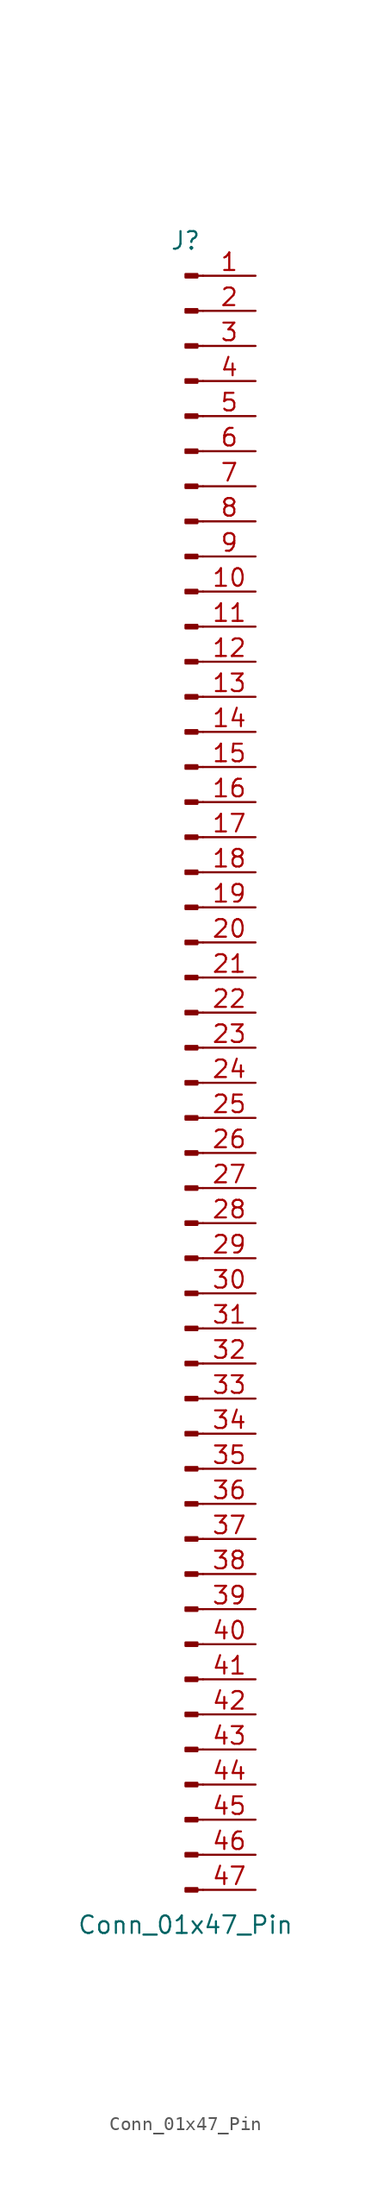
<source format=kicad_sym>
(kicad_symbol_lib
  (version 20241209)
  (generator "kicad_symbol_editor")
  (generator_version "9.0")
  (symbol "Conn_01x47_Pin"
    (pin_names
      (offset 1.016)
      (hide yes))
    (property "Reference" "J"
      (at 0 60.96 0)
      (effects (font (size 1.27 1.27))))
    (property "Value" "Conn_01x47_Pin"
      (at 0 -60.96 0)
      (effects (font (size 1.27 1.27))))
    (property "ki_locked" ""
      (at 0 0 0)
      (effects (font (size 1.27 1.27))))
    (symbol "Conn_01x47_Pin_1_1"
      (rectangle (start 0.864 58.547) (end 0 58.293) (stroke (width 0.152) (type default)) (fill (type outline)))
      (rectangle (start 0.864 56.007) (end 0 55.753) (stroke (width 0.152) (type default)) (fill (type outline)))
      (rectangle (start 0.864 53.467) (end 0 53.213) (stroke (width 0.152) (type default)) (fill (type outline)))
      (rectangle (start 0.864 50.927) (end 0 50.673) (stroke (width 0.152) (type default)) (fill (type outline)))
      (rectangle (start 0.864 48.387) (end 0 48.133) (stroke (width 0.152) (type default)) (fill (type outline)))
      (rectangle (start 0.864 45.847) (end 0 45.593) (stroke (width 0.152) (type default)) (fill (type outline)))
      (rectangle (start 0.864 43.307) (end 0 43.053) (stroke (width 0.152) (type default)) (fill (type outline)))
      (rectangle (start 0.864 40.767) (end 0 40.513) (stroke (width 0.152) (type default)) (fill (type outline)))
      (rectangle (start 0.864 38.227) (end 0 37.973) (stroke (width 0.152) (type default)) (fill (type outline)))
      (rectangle (start 0.864 35.687) (end 0 35.433) (stroke (width 0.152) (type default)) (fill (type outline)))
      (rectangle (start 0.864 33.147) (end 0 32.893) (stroke (width 0.152) (type default)) (fill (type outline)))
      (rectangle (start 0.864 30.607) (end 0 30.353) (stroke (width 0.152) (type default)) (fill (type outline)))
      (rectangle (start 0.864 28.067) (end 0 27.813) (stroke (width 0.152) (type default)) (fill (type outline)))
      (rectangle (start 0.864 25.527) (end 0 25.273) (stroke (width 0.152) (type default)) (fill (type outline)))
      (rectangle (start 0.864 22.987) (end 0 22.733) (stroke (width 0.152) (type default)) (fill (type outline)))
      (rectangle (start 0.864 20.447) (end 0 20.193) (stroke (width 0.152) (type default)) (fill (type outline)))
      (rectangle (start 0.864 17.907) (end 0 17.653) (stroke (width 0.152) (type default)) (fill (type outline)))
      (rectangle (start 0.864 15.367) (end 0 15.113) (stroke (width 0.152) (type default)) (fill (type outline)))
      (rectangle (start 0.864 12.827) (end 0 12.573) (stroke (width 0.152) (type default)) (fill (type outline)))
      (rectangle (start 0.864 10.287) (end 0 10.033) (stroke (width 0.152) (type default)) (fill (type outline)))
      (rectangle (start 0.864 7.747) (end 0 7.493) (stroke (width 0.152) (type default)) (fill (type outline)))
      (rectangle (start 0.864 5.207) (end 0 4.953) (stroke (width 0.152) (type default)) (fill (type outline)))
      (rectangle (start 0.864 2.667) (end 0 2.413) (stroke (width 0.152) (type default)) (fill (type outline)))
      (rectangle (start 0.864 0.127) (end 0 -0.127) (stroke (width 0.152) (type default)) (fill (type outline)))
      (rectangle (start 0.864 -2.413) (end 0 -2.667) (stroke (width 0.152) (type default)) (fill (type outline)))
      (rectangle (start 0.864 -4.953) (end 0 -5.207) (stroke (width 0.152) (type default)) (fill (type outline)))
      (rectangle (start 0.864 -7.493) (end 0 -7.747) (stroke (width 0.152) (type default)) (fill (type outline)))
      (rectangle (start 0.864 -10.033) (end 0 -10.287) (stroke (width 0.152) (type default)) (fill (type outline)))
      (rectangle (start 0.864 -12.573) (end 0 -12.827) (stroke (width 0.152) (type default)) (fill (type outline)))
      (rectangle (start 0.864 -15.113) (end 0 -15.367) (stroke (width 0.152) (type default)) (fill (type outline)))
      (rectangle (start 0.864 -17.653) (end 0 -17.907) (stroke (width 0.152) (type default)) (fill (type outline)))
      (rectangle (start 0.864 -20.193) (end 0 -20.447) (stroke (width 0.152) (type default)) (fill (type outline)))
      (rectangle (start 0.864 -22.733) (end 0 -22.987) (stroke (width 0.152) (type default)) (fill (type outline)))
      (rectangle (start 0.864 -25.273) (end 0 -25.527) (stroke (width 0.152) (type default)) (fill (type outline)))
      (rectangle (start 0.864 -27.813) (end 0 -28.067) (stroke (width 0.152) (type default)) (fill (type outline)))
      (rectangle (start 0.864 -30.353) (end 0 -30.607) (stroke (width 0.152) (type default)) (fill (type outline)))
      (rectangle (start 0.864 -32.893) (end 0 -33.147) (stroke (width 0.152) (type default)) (fill (type outline)))
      (rectangle (start 0.864 -35.433) (end 0 -35.687) (stroke (width 0.152) (type default)) (fill (type outline)))
      (rectangle (start 0.864 -37.973) (end 0 -38.227) (stroke (width 0.152) (type default)) (fill (type outline)))
      (rectangle (start 0.864 -40.513) (end 0 -40.767) (stroke (width 0.152) (type default)) (fill (type outline)))
      (rectangle (start 0.864 -43.053) (end 0 -43.307) (stroke (width 0.152) (type default)) (fill (type outline)))
      (rectangle (start 0.864 -45.593) (end 0 -45.847) (stroke (width 0.152) (type default)) (fill (type outline)))
      (rectangle (start 0.864 -48.133) (end 0 -48.387) (stroke (width 0.152) (type default)) (fill (type outline)))
      (rectangle (start 0.864 -50.673) (end 0 -50.927) (stroke (width 0.152) (type default)) (fill (type outline)))
      (rectangle (start 0.864 -53.213) (end 0 -53.467) (stroke (width 0.152) (type default)) (fill (type outline)))
      (rectangle (start 0.864 -55.753) (end 0 -56.007) (stroke (width 0.152) (type default)) (fill (type outline)))
      (rectangle (start 0.864 -58.293) (end 0 -58.547) (stroke (width 0.152) (type default)) (fill (type outline)))
      (polyline (pts (xy 1.27 58.42) (xy 0.864 58.42)) (stroke (width 0.152) (type default)) (fill (type none)))
      (polyline (pts (xy 1.27 55.88) (xy 0.864 55.88)) (stroke (width 0.152) (type default)) (fill (type none)))
      (polyline (pts (xy 1.27 53.34) (xy 0.864 53.34)) (stroke (width 0.152) (type default)) (fill (type none)))
      (polyline (pts (xy 1.27 50.8) (xy 0.864 50.8)) (stroke (width 0.152) (type default)) (fill (type none)))
      (polyline (pts (xy 1.27 48.26) (xy 0.864 48.26)) (stroke (width 0.152) (type default)) (fill (type none)))
      (polyline (pts (xy 1.27 45.72) (xy 0.864 45.72)) (stroke (width 0.152) (type default)) (fill (type none)))
      (polyline (pts (xy 1.27 43.18) (xy 0.864 43.18)) (stroke (width 0.152) (type default)) (fill (type none)))
      (polyline (pts (xy 1.27 40.64) (xy 0.864 40.64)) (stroke (width 0.152) (type default)) (fill (type none)))
      (polyline (pts (xy 1.27 38.1) (xy 0.864 38.1)) (stroke (width 0.152) (type default)) (fill (type none)))
      (polyline (pts (xy 1.27 35.56) (xy 0.864 35.56)) (stroke (width 0.152) (type default)) (fill (type none)))
      (polyline (pts (xy 1.27 33.02) (xy 0.864 33.02)) (stroke (width 0.152) (type default)) (fill (type none)))
      (polyline (pts (xy 1.27 30.48) (xy 0.864 30.48)) (stroke (width 0.152) (type default)) (fill (type none)))
      (polyline (pts (xy 1.27 27.94) (xy 0.864 27.94)) (stroke (width 0.152) (type default)) (fill (type none)))
      (polyline (pts (xy 1.27 25.4) (xy 0.864 25.4)) (stroke (width 0.152) (type default)) (fill (type none)))
      (polyline (pts (xy 1.27 22.86) (xy 0.864 22.86)) (stroke (width 0.152) (type default)) (fill (type none)))
      (polyline (pts (xy 1.27 20.32) (xy 0.864 20.32)) (stroke (width 0.152) (type default)) (fill (type none)))
      (polyline (pts (xy 1.27 17.78) (xy 0.864 17.78)) (stroke (width 0.152) (type default)) (fill (type none)))
      (polyline (pts (xy 1.27 15.24) (xy 0.864 15.24)) (stroke (width 0.152) (type default)) (fill (type none)))
      (polyline (pts (xy 1.27 12.7) (xy 0.864 12.7)) (stroke (width 0.152) (type default)) (fill (type none)))
      (polyline (pts (xy 1.27 10.16) (xy 0.864 10.16)) (stroke (width 0.152) (type default)) (fill (type none)))
      (polyline (pts (xy 1.27 7.62) (xy 0.864 7.62)) (stroke (width 0.152) (type default)) (fill (type none)))
      (polyline (pts (xy 1.27 5.08) (xy 0.864 5.08)) (stroke (width 0.152) (type default)) (fill (type none)))
      (polyline (pts (xy 1.27 2.54) (xy 0.864 2.54)) (stroke (width 0.152) (type default)) (fill (type none)))
      (polyline (pts (xy 1.27 0) (xy 0.864 0)) (stroke (width 0.152) (type default)) (fill (type none)))
      (polyline (pts (xy 1.27 -2.54) (xy 0.864 -2.54)) (stroke (width 0.152) (type default)) (fill (type none)))
      (polyline (pts (xy 1.27 -5.08) (xy 0.864 -5.08)) (stroke (width 0.152) (type default)) (fill (type none)))
      (polyline (pts (xy 1.27 -7.62) (xy 0.864 -7.62)) (stroke (width 0.152) (type default)) (fill (type none)))
      (polyline (pts (xy 1.27 -10.16) (xy 0.864 -10.16)) (stroke (width 0.152) (type default)) (fill (type none)))
      (polyline (pts (xy 1.27 -12.7) (xy 0.864 -12.7)) (stroke (width 0.152) (type default)) (fill (type none)))
      (polyline (pts (xy 1.27 -15.24) (xy 0.864 -15.24)) (stroke (width 0.152) (type default)) (fill (type none)))
      (polyline (pts (xy 1.27 -17.78) (xy 0.864 -17.78)) (stroke (width 0.152) (type default)) (fill (type none)))
      (polyline (pts (xy 1.27 -20.32) (xy 0.864 -20.32)) (stroke (width 0.152) (type default)) (fill (type none)))
      (polyline (pts (xy 1.27 -22.86) (xy 0.864 -22.86)) (stroke (width 0.152) (type default)) (fill (type none)))
      (polyline (pts (xy 1.27 -25.4) (xy 0.864 -25.4)) (stroke (width 0.152) (type default)) (fill (type none)))
      (polyline (pts (xy 1.27 -27.94) (xy 0.864 -27.94)) (stroke (width 0.152) (type default)) (fill (type none)))
      (polyline (pts (xy 1.27 -30.48) (xy 0.864 -30.48)) (stroke (width 0.152) (type default)) (fill (type none)))
      (polyline (pts (xy 1.27 -33.02) (xy 0.864 -33.02)) (stroke (width 0.152) (type default)) (fill (type none)))
      (polyline (pts (xy 1.27 -35.56) (xy 0.864 -35.56)) (stroke (width 0.152) (type default)) (fill (type none)))
      (polyline (pts (xy 1.27 -38.1) (xy 0.864 -38.1)) (stroke (width 0.152) (type default)) (fill (type none)))
      (polyline (pts (xy 1.27 -40.64) (xy 0.864 -40.64)) (stroke (width 0.152) (type default)) (fill (type none)))
      (polyline (pts (xy 1.27 -43.18) (xy 0.864 -43.18)) (stroke (width 0.152) (type default)) (fill (type none)))
      (polyline (pts (xy 1.27 -45.72) (xy 0.864 -45.72)) (stroke (width 0.152) (type default)) (fill (type none)))
      (polyline (pts (xy 1.27 -48.26) (xy 0.864 -48.26)) (stroke (width 0.152) (type default)) (fill (type none)))
      (polyline (pts (xy 1.27 -50.8) (xy 0.864 -50.8)) (stroke (width 0.152) (type default)) (fill (type none)))
      (polyline (pts (xy 1.27 -53.34) (xy 0.864 -53.34)) (stroke (width 0.152) (type default)) (fill (type none)))
      (polyline (pts (xy 1.27 -55.88) (xy 0.864 -55.88)) (stroke (width 0.152) (type default)) (fill (type none)))
      (polyline (pts (xy 1.27 -58.42) (xy 0.864 -58.42)) (stroke (width 0.152) (type default)) (fill (type none)))
      (pin passive line (at 5.08 58.42 180) (length 3.81) (name "Pin_1" (effects (font (size 1.27 1.27)))) (number "1" (effects (font (size 1.27 1.27)))))
      (pin passive line (at 5.08 55.88 180) (length 3.81) (name "Pin_2" (effects (font (size 1.27 1.27)))) (number "2" (effects (font (size 1.27 1.27)))))
      (pin passive line (at 5.08 53.34 180) (length 3.81) (name "Pin_3" (effects (font (size 1.27 1.27)))) (number "3" (effects (font (size 1.27 1.27)))))
      (pin passive line (at 5.08 50.8 180) (length 3.81) (name "Pin_4" (effects (font (size 1.27 1.27)))) (number "4" (effects (font (size 1.27 1.27)))))
      (pin passive line (at 5.08 48.26 180) (length 3.81) (name "Pin_5" (effects (font (size 1.27 1.27)))) (number "5" (effects (font (size 1.27 1.27)))))
      (pin passive line (at 5.08 45.72 180) (length 3.81) (name "Pin_6" (effects (font (size 1.27 1.27)))) (number "6" (effects (font (size 1.27 1.27)))))
      (pin passive line (at 5.08 43.18 180) (length 3.81) (name "Pin_7" (effects (font (size 1.27 1.27)))) (number "7" (effects (font (size 1.27 1.27)))))
      (pin passive line (at 5.08 40.64 180) (length 3.81) (name "Pin_8" (effects (font (size 1.27 1.27)))) (number "8" (effects (font (size 1.27 1.27)))))
      (pin passive line (at 5.08 38.1 180) (length 3.81) (name "Pin_9" (effects (font (size 1.27 1.27)))) (number "9" (effects (font (size 1.27 1.27)))))
      (pin passive line (at 5.08 35.56 180) (length 3.81) (name "Pin_10" (effects (font (size 1.27 1.27)))) (number "10" (effects (font (size 1.27 1.27)))))
      (pin passive line (at 5.08 33.02 180) (length 3.81) (name "Pin_11" (effects (font (size 1.27 1.27)))) (number "11" (effects (font (size 1.27 1.27)))))
      (pin passive line (at 5.08 30.48 180) (length 3.81) (name "Pin_12" (effects (font (size 1.27 1.27)))) (number "12" (effects (font (size 1.27 1.27)))))
      (pin passive line (at 5.08 27.94 180) (length 3.81) (name "Pin_13" (effects (font (size 1.27 1.27)))) (number "13" (effects (font (size 1.27 1.27)))))
      (pin passive line (at 5.08 25.4 180) (length 3.81) (name "Pin_14" (effects (font (size 1.27 1.27)))) (number "14" (effects (font (size 1.27 1.27)))))
      (pin passive line (at 5.08 22.86 180) (length 3.81) (name "Pin_15" (effects (font (size 1.27 1.27)))) (number "15" (effects (font (size 1.27 1.27)))))
      (pin passive line (at 5.08 20.32 180) (length 3.81) (name "Pin_16" (effects (font (size 1.27 1.27)))) (number "16" (effects (font (size 1.27 1.27)))))
      (pin passive line (at 5.08 17.78 180) (length 3.81) (name "Pin_17" (effects (font (size 1.27 1.27)))) (number "17" (effects (font (size 1.27 1.27)))))
      (pin passive line (at 5.08 15.24 180) (length 3.81) (name "Pin_18" (effects (font (size 1.27 1.27)))) (number "18" (effects (font (size 1.27 1.27)))))
      (pin passive line (at 5.08 12.7 180) (length 3.81) (name "Pin_19" (effects (font (size 1.27 1.27)))) (number "19" (effects (font (size 1.27 1.27)))))
      (pin passive line (at 5.08 10.16 180) (length 3.81) (name "Pin_20" (effects (font (size 1.27 1.27)))) (number "20" (effects (font (size 1.27 1.27)))))
      (pin passive line (at 5.08 7.62 180) (length 3.81) (name "Pin_21" (effects (font (size 1.27 1.27)))) (number "21" (effects (font (size 1.27 1.27)))))
      (pin passive line (at 5.08 5.08 180) (length 3.81) (name "Pin_22" (effects (font (size 1.27 1.27)))) (number "22" (effects (font (size 1.27 1.27)))))
      (pin passive line (at 5.08 2.54 180) (length 3.81) (name "Pin_23" (effects (font (size 1.27 1.27)))) (number "23" (effects (font (size 1.27 1.27)))))
      (pin passive line (at 5.08 0 180) (length 3.81) (name "Pin_24" (effects (font (size 1.27 1.27)))) (number "24" (effects (font (size 1.27 1.27)))))
      (pin passive line (at 5.08 -2.54 180) (length 3.81) (name "Pin_25" (effects (font (size 1.27 1.27)))) (number "25" (effects (font (size 1.27 1.27)))))
      (pin passive line (at 5.08 -5.08 180) (length 3.81) (name "Pin_26" (effects (font (size 1.27 1.27)))) (number "26" (effects (font (size 1.27 1.27)))))
      (pin passive line (at 5.08 -7.62 180) (length 3.81) (name "Pin_27" (effects (font (size 1.27 1.27)))) (number "27" (effects (font (size 1.27 1.27)))))
      (pin passive line (at 5.08 -10.16 180) (length 3.81) (name "Pin_28" (effects (font (size 1.27 1.27)))) (number "28" (effects (font (size 1.27 1.27)))))
      (pin passive line (at 5.08 -12.7 180) (length 3.81) (name "Pin_29" (effects (font (size 1.27 1.27)))) (number "29" (effects (font (size 1.27 1.27)))))
      (pin passive line (at 5.08 -15.24 180) (length 3.81) (name "Pin_30" (effects (font (size 1.27 1.27)))) (number "30" (effects (font (size 1.27 1.27)))))
      (pin passive line (at 5.08 -17.78 180) (length 3.81) (name "Pin_31" (effects (font (size 1.27 1.27)))) (number "31" (effects (font (size 1.27 1.27)))))
      (pin passive line (at 5.08 -20.32 180) (length 3.81) (name "Pin_32" (effects (font (size 1.27 1.27)))) (number "32" (effects (font (size 1.27 1.27)))))
      (pin passive line (at 5.08 -22.86 180) (length 3.81) (name "Pin_33" (effects (font (size 1.27 1.27)))) (number "33" (effects (font (size 1.27 1.27)))))
      (pin passive line (at 5.08 -25.4 180) (length 3.81) (name "Pin_34" (effects (font (size 1.27 1.27)))) (number "34" (effects (font (size 1.27 1.27)))))
      (pin passive line (at 5.08 -27.94 180) (length 3.81) (name "Pin_35" (effects (font (size 1.27 1.27)))) (number "35" (effects (font (size 1.27 1.27)))))
      (pin passive line (at 5.08 -30.48 180) (length 3.81) (name "Pin_36" (effects (font (size 1.27 1.27)))) (number "36" (effects (font (size 1.27 1.27)))))
      (pin passive line (at 5.08 -33.02 180) (length 3.81) (name "Pin_37" (effects (font (size 1.27 1.27)))) (number "37" (effects (font (size 1.27 1.27)))))
      (pin passive line (at 5.08 -35.56 180) (length 3.81) (name "Pin_38" (effects (font (size 1.27 1.27)))) (number "38" (effects (font (size 1.27 1.27)))))
      (pin passive line (at 5.08 -38.1 180) (length 3.81) (name "Pin_39" (effects (font (size 1.27 1.27)))) (number "39" (effects (font (size 1.27 1.27)))))
      (pin passive line (at 5.08 -40.64 180) (length 3.81) (name "Pin_40" (effects (font (size 1.27 1.27)))) (number "40" (effects (font (size 1.27 1.27)))))
      (pin passive line (at 5.08 -43.18 180) (length 3.81) (name "Pin_41" (effects (font (size 1.27 1.27)))) (number "41" (effects (font (size 1.27 1.27)))))
      (pin passive line (at 5.08 -45.72 180) (length 3.81) (name "Pin_42" (effects (font (size 1.27 1.27)))) (number "42" (effects (font (size 1.27 1.27)))))
      (pin passive line (at 5.08 -48.26 180) (length 3.81) (name "Pin_43" (effects (font (size 1.27 1.27)))) (number "43" (effects (font (size 1.27 1.27)))))
      (pin passive line (at 5.08 -50.8 180) (length 3.81) (name "Pin_44" (effects (font (size 1.27 1.27)))) (number "44" (effects (font (size 1.27 1.27)))))
      (pin passive line (at 5.08 -53.34 180) (length 3.81) (name "Pin_45" (effects (font (size 1.27 1.27)))) (number "45" (effects (font (size 1.27 1.27)))))
      (pin passive line (at 5.08 -55.88 180) (length 3.81) (name "Pin_46" (effects (font (size 1.27 1.27)))) (number "46" (effects (font (size 1.27 1.27)))))
      (pin passive line (at 5.08 -58.42 180) (length 3.81) (name "Pin_47" (effects (font (size 1.27 1.27)))) (number "47" (effects (font (size 1.27 1.27))))))))
</source>
